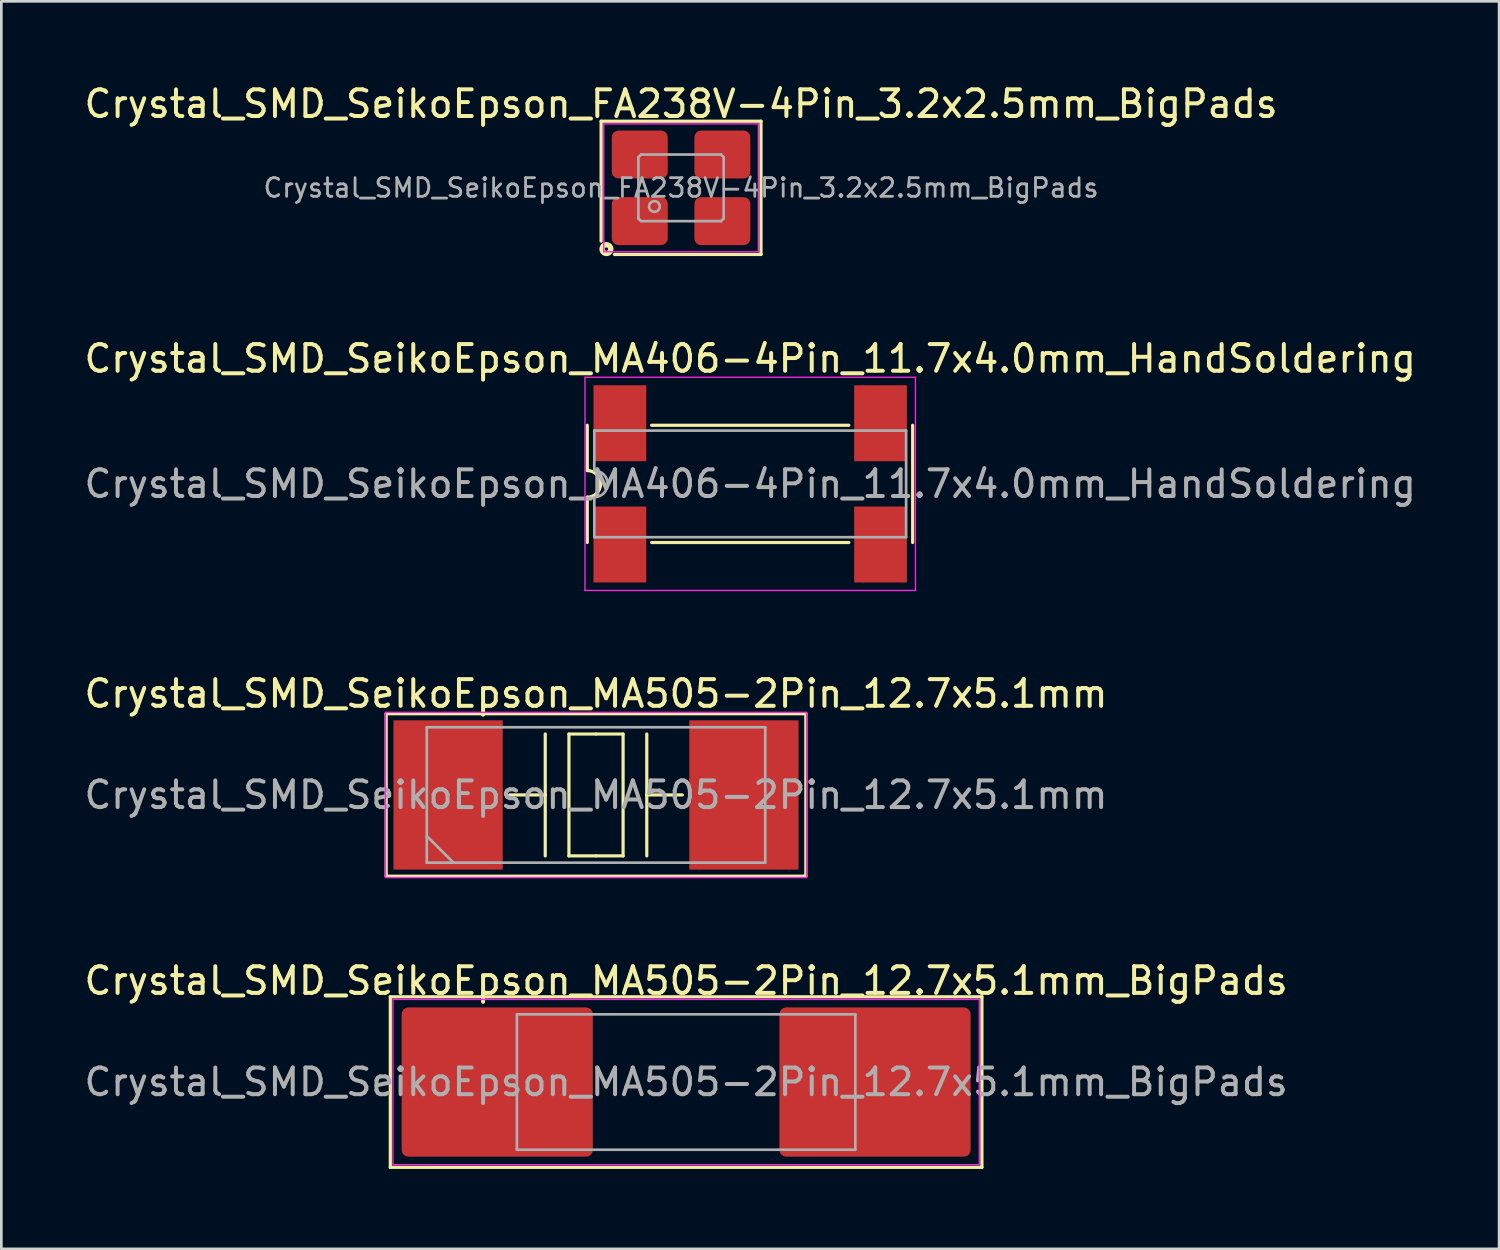
<source format=kicad_pcb>
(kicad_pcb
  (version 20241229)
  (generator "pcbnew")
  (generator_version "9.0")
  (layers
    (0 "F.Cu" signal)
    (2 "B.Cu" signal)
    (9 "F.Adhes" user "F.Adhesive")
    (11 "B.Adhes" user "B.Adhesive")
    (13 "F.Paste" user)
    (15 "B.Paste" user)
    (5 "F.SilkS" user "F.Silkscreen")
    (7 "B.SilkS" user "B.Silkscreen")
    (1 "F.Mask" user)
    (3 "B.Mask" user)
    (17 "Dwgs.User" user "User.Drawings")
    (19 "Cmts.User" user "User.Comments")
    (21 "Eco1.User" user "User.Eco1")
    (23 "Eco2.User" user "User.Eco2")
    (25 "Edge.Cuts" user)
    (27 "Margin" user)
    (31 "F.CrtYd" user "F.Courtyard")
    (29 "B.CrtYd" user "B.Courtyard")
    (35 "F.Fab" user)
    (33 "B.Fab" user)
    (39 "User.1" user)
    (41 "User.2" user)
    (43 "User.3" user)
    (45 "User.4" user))
  (footprint "Crystal_SMD_SeikoEpson_MA505-2Pin_12.7x5.1mm_BigPads"
    (layer "F.Cu")
    (at 22.696 37.553)
    (property "Reference" "Crystal_SMD_SeikoEpson_MA505-2Pin_12.7x5.1mm_BigPads" (at 0 -3.8 0) (layer "F.SilkS") (effects (font (size 1 1) (thickness 0.15))))
    (attr smd)
    (fp_line (start -11.1 -3.2) (end -11.1 3.2) (stroke (width 0.12) (type solid)) (layer "F.SilkS"))
    (fp_line (start -11.1 3.2) (end 11.1 3.2) (stroke (width 0.12) (type solid)) (layer "F.SilkS"))
    (fp_line (start 11.1 -3.2) (end -11.1 -3.2) (stroke (width 0.12) (type solid)) (layer "F.SilkS"))
    (fp_line (start 11.1 3.2) (end 11.1 -3.2) (stroke (width 0.12) (type solid)) (layer "F.SilkS"))
    (fp_line (start -11 -3.1) (end -11 3.1) (stroke (width 0.05) (type solid)) (layer "F.CrtYd"))
    (fp_line (start -11 3.1) (end 11 3.1) (stroke (width 0.05) (type solid)) (layer "F.CrtYd"))
    (fp_line (start 11 -3.1) (end -11 -3.1) (stroke (width 0.05) (type solid)) (layer "F.CrtYd"))
    (fp_line (start 11 3.1) (end 11 -3.1) (stroke (width 0.05) (type solid)) (layer "F.CrtYd"))
    (fp_line (start -6.35 -2.54) (end -6.35 2.54) (stroke (width 0.1) (type solid)) (layer "F.Fab"))
    (fp_line (start -6.35 2.54) (end 6.35 2.54) (stroke (width 0.1) (type solid)) (layer "F.Fab"))
    (fp_line (start 6.35 -2.54) (end -6.35 -2.54) (stroke (width 0.1) (type solid)) (layer "F.Fab"))
    (fp_line (start 6.35 2.54) (end 6.35 -2.54) (stroke (width 0.1) (type solid)) (layer "F.Fab"))
    (fp_text user "${REFERENCE}" (at 0 0 0) (layer "F.Fab") (effects (font (size 1 1) (thickness 0.15))))
    (pad "1" smd roundrect (at -7.088 0) (size 7.175 5.6) (layers "F.Cu" "F.Mask" "F.Paste") (roundrect_rratio 0.045))
    (pad "2" smd roundrect (at 7.088 0) (size 7.175 5.6) (layers "F.Cu" "F.Mask" "F.Paste") (roundrect_rratio 0.045)))
  (footprint "Crystal_SMD_SeikoEpson_FA238V-4Pin_3.2x2.5mm_BigPads"
    (layer "F.Cu")
    (at 22.506 3.998)
    (property "Reference" "Crystal_SMD_SeikoEpson_FA238V-4Pin_3.2x2.5mm_BigPads" (at 0 -3.15 0) (layer "F.SilkS") (effects (font (size 1 1) (thickness 0.15))))
    (attr smd)
    (fp_line (start -3 -2.5) (end 3 -2.5) (stroke (width 0.12) (type solid)) (layer "F.SilkS"))
    (fp_line (start -3 2) (end -3 -2.5) (stroke (width 0.12) (type solid)) (layer "F.SilkS"))
    (fp_line (start 3 -2.5) (end 3 2.5) (stroke (width 0.12) (type solid)) (layer "F.SilkS"))
    (fp_line (start 3 2.5) (end -2.5 2.5) (stroke (width 0.12) (type solid)) (layer "F.SilkS"))
    (fp_circle (center -2.8 2.3) (end -2.736 2.3) (stroke (width 0.2) (type solid)) (fill no) (layer "F.SilkS"))
    (fp_line (start -2.9 -2.4) (end -2.9 2.4) (stroke (width 0.05) (type solid)) (layer "F.CrtYd"))
    (fp_line (start -2.9 2.4) (end 2.9 2.4) (stroke (width 0.05) (type solid)) (layer "F.CrtYd"))
    (fp_line (start 2.9 -2.4) (end -2.9 -2.4) (stroke (width 0.05) (type solid)) (layer "F.CrtYd"))
    (fp_line (start 2.9 2.4) (end 2.9 -2.4) (stroke (width 0.05) (type solid)) (layer "F.CrtYd"))
    (fp_line (start -1.6 -1.15) (end -1.5 -1.25) (stroke (width 0.1) (type solid)) (layer "F.Fab"))
    (fp_line (start -1.6 1.15) (end -1.6 -1.15) (stroke (width 0.1) (type solid)) (layer "F.Fab"))
    (fp_line (start -1.5 -1.25) (end 1.5 -1.25) (stroke (width 0.1) (type solid)) (layer "F.Fab"))
    (fp_line (start -1.5 1.25) (end -1.6 1.15) (stroke (width 0.1) (type solid)) (layer "F.Fab"))
    (fp_line (start 1.5 -1.25) (end 1.6 -1.15) (stroke (width 0.1) (type solid)) (layer "F.Fab"))
    (fp_line (start 1.5 1.25) (end -1.5 1.25) (stroke (width 0.1) (type solid)) (layer "F.Fab"))
    (fp_line (start 1.6 -1.15) (end 1.6 1.15) (stroke (width 0.1) (type solid)) (layer "F.Fab"))
    (fp_line (start 1.6 1.15) (end 1.5 1.25) (stroke (width 0.1) (type solid)) (layer "F.Fab"))
    (fp_circle (center -1 0.7) (end -0.8 0.7) (stroke (width 0.1) (type solid)) (fill no) (layer "F.Fab"))
    (fp_text user "${REFERENCE}" (at 0 0 0) (layer "F.Fab") (effects (font (size 0.7 0.7) (thickness 0.105))))
    (pad "1" smd roundrect (at -1.55 1.25) (size 2.1 1.8) (layers "F.Cu" "F.Mask" "F.Paste") (roundrect_rratio 0.139))
    (pad "2" smd roundrect (at 1.55 1.25) (size 2.1 1.8) (layers "F.Cu" "F.Mask" "F.Paste") (roundrect_rratio 0.139))
    (pad "3" smd roundrect (at 1.55 -1.25) (size 2.1 1.8) (layers "F.Cu" "F.Mask" "F.Paste") (roundrect_rratio 0.139))
    (pad "4" smd roundrect (at -1.55 -1.25) (size 2.1 1.8) (layers "F.Cu" "F.Mask" "F.Paste") (roundrect_rratio 0.139)))
  (footprint "Crystal_SMD_SeikoEpson_MA505-2Pin_12.7x5.1mm"
    (layer "F.Cu")
    (at 19.315 26.78)
    (property "Reference" "Crystal_SMD_SeikoEpson_MA505-2Pin_12.7x5.1mm" (at 0 -3.8 0) (layer "F.SilkS") (effects (font (size 1 1) (thickness 0.15))))
    (attr smd)
    (fp_line (start -7.874 -3.048) (end -7.874 3.048) (stroke (width 0.12) (type solid)) (layer "F.SilkS"))
    (fp_line (start -7.874 3.048) (end 7.811 3.048) (stroke (width 0.12) (type solid)) (layer "F.SilkS"))
    (fp_line (start -3.239 0) (end -1.905 0) (stroke (width 0.12) (type solid)) (layer "F.SilkS"))
    (fp_line (start -1.905 0) (end -1.905 -2.286) (stroke (width 0.12) (type solid)) (layer "F.SilkS"))
    (fp_line (start -1.905 0) (end -1.905 2.286) (stroke (width 0.12) (type solid)) (layer "F.SilkS"))
    (fp_line (start -1.016 -2.286) (end 0 -2.286) (stroke (width 0.12) (type solid)) (layer "F.SilkS"))
    (fp_line (start -1.016 2.286) (end -1.016 -2.286) (stroke (width 0.12) (type solid)) (layer "F.SilkS"))
    (fp_line (start -1.016 2.286) (end 0 2.286) (stroke (width 0.12) (type solid)) (layer "F.SilkS"))
    (fp_line (start 1.016 -2.286) (end 0 -2.286) (stroke (width 0.12) (type solid)) (layer "F.SilkS"))
    (fp_line (start 1.016 -2.286) (end 1.016 2.286) (stroke (width 0.12) (type solid)) (layer "F.SilkS"))
    (fp_line (start 1.016 2.286) (end 0 2.286) (stroke (width 0.12) (type solid)) (layer "F.SilkS"))
    (fp_line (start 1.905 0) (end 1.905 -2.286) (stroke (width 0.12) (type solid)) (layer "F.SilkS"))
    (fp_line (start 1.905 0) (end 1.905 2.286) (stroke (width 0.12) (type solid)) (layer "F.SilkS"))
    (fp_line (start 3.239 0) (end 1.905 0) (stroke (width 0.12) (type solid)) (layer "F.SilkS"))
    (fp_line (start 7.811 3.048) (end 7.874 3.048) (stroke (width 0.12) (type solid)) (layer "F.SilkS"))
    (fp_line (start 7.874 -3.048) (end -7.874 -3.048) (stroke (width 0.12) (type solid)) (layer "F.SilkS"))
    (fp_line (start 7.874 3.048) (end 7.874 -3.048) (stroke (width 0.12) (type solid)) (layer "F.SilkS"))
    (fp_line (start -7.9 -3.1) (end -7.9 3.1) (stroke (width 0.05) (type solid)) (layer "F.CrtYd"))
    (fp_line (start -7.9 3.1) (end 7.9 3.1) (stroke (width 0.05) (type solid)) (layer "F.CrtYd"))
    (fp_line (start 7.9 -3.1) (end -7.9 -3.1) (stroke (width 0.05) (type solid)) (layer "F.CrtYd"))
    (fp_line (start 7.9 3.1) (end 7.9 -3.1) (stroke (width 0.05) (type solid)) (layer "F.CrtYd"))
    (fp_line (start -6.35 -2.54) (end -6.35 2.54) (stroke (width 0.1) (type solid)) (layer "F.Fab"))
    (fp_line (start -6.35 1.54) (end -5.35 2.54) (stroke (width 0.1) (type solid)) (layer "F.Fab"))
    (fp_line (start -6.35 2.54) (end 6.35 2.54) (stroke (width 0.1) (type solid)) (layer "F.Fab"))
    (fp_line (start 6.35 -2.54) (end -6.35 -2.54) (stroke (width 0.1) (type solid)) (layer "F.Fab"))
    (fp_line (start 6.35 2.54) (end 6.35 -2.54) (stroke (width 0.1) (type solid)) (layer "F.Fab"))
    (fp_text user "${REFERENCE}" (at 0 0 0) (layer "F.Fab") (effects (font (size 1 1) (thickness 0.15))))
    (pad "1" smd rect (at -5.55 0) (size 4.1 5.6) (layers "F.Cu" "F.Mask" "F.Paste"))
    (pad "2" smd rect (at 5.55 0) (size 4.1 5.6) (layers "F.Cu" "F.Mask" "F.Paste")))
  (footprint "Crystal_SMD_SeikoEpson_MA406-4Pin_11.7x4.0mm_HandSoldering"
    (layer "F.Cu")
    (at 25.101 15.107)
    (property "Reference" "Crystal_SMD_SeikoEpson_MA406-4Pin_11.7x4.0mm_HandSoldering" (at 0 -4.7 0) (layer "F.SilkS") (effects (font (size 1 1) (thickness 0.15))))
    (attr smd)
    (fp_line (start -6.114 -0.5) (end -6.114 -2.2) (stroke (width 0.12) (type solid)) (layer "F.SilkS"))
    (fp_line (start -6.114 2.2) (end -6.114 0.5) (stroke (width 0.12) (type solid)) (layer "F.SilkS"))
    (fp_line (start -3.7 -2.2) (end 3.7 -2.2) (stroke (width 0.12) (type solid)) (layer "F.SilkS"))
    (fp_line (start 3.7 2.2) (end -3.7 2.2) (stroke (width 0.12) (type solid)) (layer "F.SilkS"))
    (fp_line (start 6.096 -2.2) (end 6.096 2.2) (stroke (width 0.12) (type solid)) (layer "F.SilkS"))
    (fp_arc (start -6.1135 -0.5) (mid -5.6135 0) (end -6.1135 0.5) (stroke (width 0.12) (type solid)) (layer "F.SilkS"))
    (fp_line (start -6.2 -4) (end -6.2 4) (stroke (width 0.05) (type solid)) (layer "F.CrtYd"))
    (fp_line (start -6.2 4) (end 6.2 4) (stroke (width 0.05) (type solid)) (layer "F.CrtYd"))
    (fp_line (start 6.2 -4) (end -6.2 -4) (stroke (width 0.05) (type solid)) (layer "F.CrtYd"))
    (fp_line (start 6.2 4) (end 6.2 -4) (stroke (width 0.05) (type solid)) (layer "F.CrtYd"))
    (fp_line (start -5.85 -2) (end 5.85 -2) (stroke (width 0.1) (type solid)) (layer "F.Fab"))
    (fp_line (start -5.85 -0.5) (end -5.85 -2) (stroke (width 0.1) (type solid)) (layer "F.Fab"))
    (fp_line (start -5.85 2) (end -5.85 0.5) (stroke (width 0.1) (type solid)) (layer "F.Fab"))
    (fp_line (start 5.85 -2) (end 5.85 2) (stroke (width 0.1) (type solid)) (layer "F.Fab"))
    (fp_line (start 5.85 2) (end -5.85 2) (stroke (width 0.1) (type solid)) (layer "F.Fab"))
    (fp_arc (start -5.85 -0.5) (mid -5.35 0) (end -5.85 0.5) (stroke (width 0.1) (type solid)) (layer "F.Fab"))
    (fp_text user "${REFERENCE}" (at 0 0 0) (layer "F.Fab") (effects (font (size 1 1) (thickness 0.15))))
    (pad "1" smd rect (at -4.89 2.275) (size 1.98 2.85) (layers "F.Cu" "F.Mask" "F.Paste"))
    (pad "2" smd rect (at 4.89 2.275) (size 1.98 2.85) (layers "F.Cu" "F.Mask" "F.Paste"))
    (pad "3" smd rect (at 4.89 -2.275) (size 1.98 2.85) (layers "F.Cu" "F.Mask" "F.Paste"))
    (pad "4" smd rect (at -4.89 -2.275) (size 1.98 2.85) (layers "F.Cu" "F.Mask" "F.Paste")))
  (gr_rect
    (start -3 -3)
    (end 53.202 43.813)
    (stroke (width 0.1) (type default))
    (fill no)
    (layer "Edge.Cuts")))
</source>
